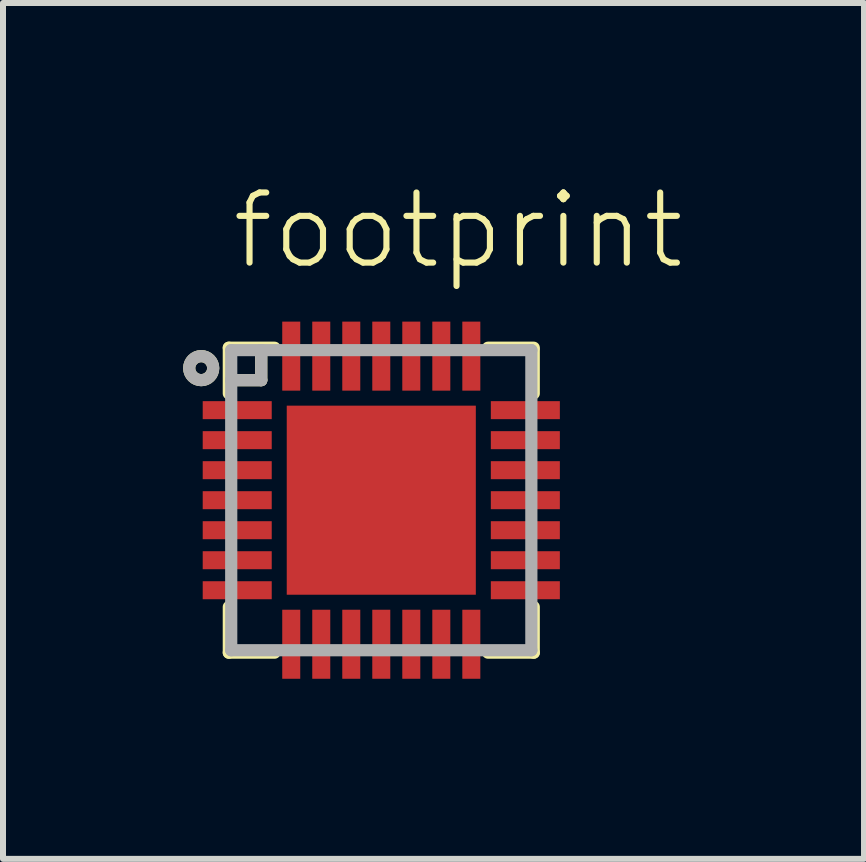
<source format=kicad_pcb>
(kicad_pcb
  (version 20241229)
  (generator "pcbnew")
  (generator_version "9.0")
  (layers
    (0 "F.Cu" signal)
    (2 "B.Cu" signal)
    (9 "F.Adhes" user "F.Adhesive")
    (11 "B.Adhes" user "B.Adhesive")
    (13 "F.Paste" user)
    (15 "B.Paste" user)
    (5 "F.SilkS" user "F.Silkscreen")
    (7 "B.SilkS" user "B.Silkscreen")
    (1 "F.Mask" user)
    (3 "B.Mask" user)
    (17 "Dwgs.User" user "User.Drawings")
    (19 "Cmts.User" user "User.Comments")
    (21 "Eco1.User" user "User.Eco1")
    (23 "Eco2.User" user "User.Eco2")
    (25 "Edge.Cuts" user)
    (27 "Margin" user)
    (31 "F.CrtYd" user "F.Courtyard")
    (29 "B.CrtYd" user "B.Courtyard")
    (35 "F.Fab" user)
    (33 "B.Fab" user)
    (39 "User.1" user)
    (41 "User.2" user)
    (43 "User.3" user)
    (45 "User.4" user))
  (footprint "footprint"
    (layer "F.Cu")
    (at 3.302 5.283)
    (property "Reference" "footprint" (at -2.54 -3.81 0) (layer "F.SilkS") (effects (font (size 1.168 1.168) (thickness 0.102)) (justify left bottom)))
    (fp_line (start -2.54 -2.54) (end -2.54 -1.778) (stroke (width 0.203) (type solid)) (layer "F.SilkS"))
    (fp_line (start -2.54 -2.54) (end -1.778 -2.54) (stroke (width 0.203) (type solid)) (layer "F.SilkS"))
    (fp_line (start -2.54 2.54) (end -2.54 1.778) (stroke (width 0.203) (type solid)) (layer "F.SilkS"))
    (fp_line (start -2.54 2.54) (end -1.778 2.54) (stroke (width 0.203) (type solid)) (layer "F.SilkS"))
    (fp_line (start -2 -2.5) (end -2 -2) (stroke (width 0.203) (type solid)) (layer "F.SilkS"))
    (fp_line (start -2 -2) (end -2.5 -2) (stroke (width 0.203) (type solid)) (layer "F.SilkS"))
    (fp_line (start 2.54 -2.54) (end 1.778 -2.54) (stroke (width 0.203) (type solid)) (layer "F.SilkS"))
    (fp_line (start 2.54 -2.5) (end 2.54 -1.778) (stroke (width 0.203) (type solid)) (layer "F.SilkS"))
    (fp_line (start 2.54 2.54) (end 1.778 2.54) (stroke (width 0.203) (type solid)) (layer "F.SilkS"))
    (fp_line (start 2.54 2.54) (end 2.54 1.778) (stroke (width 0.203) (type solid)) (layer "F.SilkS"))
    (fp_circle (center -3 -2.2) (end -2.8 -2.2) (stroke (width 0.203) (type solid)) (fill no) (layer "F.SilkS"))
    (fp_poly (pts (xy -1.016 -0.254) (xy -0.254 -0.254) (xy -0.254 -1.016) (xy -1.016 -1.016)) (stroke (width 0) (type solid)) (fill yes) (layer "F.Paste"))
    (fp_poly (pts (xy -1.016 1.016) (xy -0.254 1.016) (xy -0.254 0.254) (xy -1.016 0.254)) (stroke (width 0) (type solid)) (fill yes) (layer "F.Paste"))
    (fp_poly (pts (xy 0.254 -0.254) (xy 1.016 -0.254) (xy 1.016 -1.016) (xy 0.254 -1.016)) (stroke (width 0) (type solid)) (fill yes) (layer "F.Paste"))
    (fp_poly (pts (xy 0.254 1.016) (xy 1.016 1.016) (xy 1.016 0.254) (xy 0.254 0.254)) (stroke (width 0) (type solid)) (fill yes) (layer "F.Paste"))
    (fp_line (start -2.5 -2.5) (end -2.5 -2) (stroke (width 0.203) (type solid)) (layer "F.Fab"))
    (fp_line (start -2.5 -2) (end -2.5 2.5) (stroke (width 0.203) (type solid)) (layer "F.Fab"))
    (fp_line (start -2.5 2.5) (end 2.5 2.5) (stroke (width 0.203) (type solid)) (layer "F.Fab"))
    (fp_line (start -2 -2.5) (end -2.5 -2.5) (stroke (width 0.203) (type solid)) (layer "F.Fab"))
    (fp_line (start -2 -2.5) (end -2 -2) (stroke (width 0.203) (type solid)) (layer "F.Fab"))
    (fp_line (start -2 -2) (end -2.5 -2) (stroke (width 0.203) (type solid)) (layer "F.Fab"))
    (fp_line (start 2.5 -2.5) (end -2 -2.5) (stroke (width 0.203) (type solid)) (layer "F.Fab"))
    (fp_line (start 2.5 2.5) (end 2.5 -2.5) (stroke (width 0.203) (type solid)) (layer "F.Fab"))
    (fp_circle (center -3 -2.2) (end -2.8 -2.2) (stroke (width 0.203) (type solid)) (fill no) (layer "F.Fab"))
    (pad "P$1" smd rect (at -2.4 -1.5 90) (size 0.3 1.15) (layers "F.Cu" "F.Mask" "F.Paste"))
    (pad "P$2" smd rect (at -2.4 -1 90) (size 0.3 1.15) (layers "F.Cu" "F.Mask" "F.Paste"))
    (pad "P$3" smd rect (at -2.4 -0.5 90) (size 0.3 1.15) (layers "F.Cu" "F.Mask" "F.Paste"))
    (pad "P$4" smd rect (at -2.4 0 90) (size 0.3 1.15) (layers "F.Cu" "F.Mask" "F.Paste"))
    (pad "P$5" smd rect (at -2.4 0.5 90) (size 0.3 1.15) (layers "F.Cu" "F.Mask" "F.Paste"))
    (pad "P$6" smd rect (at -2.4 1 90) (size 0.3 1.15) (layers "F.Cu" "F.Mask" "F.Paste"))
    (pad "P$7" smd rect (at -2.4 1.5 90) (size 0.3 1.15) (layers "F.Cu" "F.Mask" "F.Paste"))
    (pad "P$8" smd rect (at -1.5 2.4 180) (size 0.3 1.15) (layers "F.Cu" "F.Mask" "F.Paste"))
    (pad "P$9" smd rect (at -1 2.4 180) (size 0.3 1.15) (layers "F.Cu" "F.Mask" "F.Paste"))
    (pad "P$10" smd rect (at -0.5 2.4 180) (size 0.3 1.15) (layers "F.Cu" "F.Mask" "F.Paste"))
    (pad "P$11" smd rect (at 0 2.4 180) (size 0.3 1.15) (layers "F.Cu" "F.Mask" "F.Paste"))
    (pad "P$12" smd rect (at 0.5 2.4 180) (size 0.3 1.15) (layers "F.Cu" "F.Mask" "F.Paste"))
    (pad "P$13" smd rect (at 1 2.4 180) (size 0.3 1.15) (layers "F.Cu" "F.Mask" "F.Paste"))
    (pad "P$14" smd rect (at 1.5 2.4 180) (size 0.3 1.15) (layers "F.Cu" "F.Mask" "F.Paste"))
    (pad "P$15" smd rect (at 2.4 1.5 270) (size 0.3 1.15) (layers "F.Cu" "F.Mask" "F.Paste"))
    (pad "P$16" smd rect (at 2.4 1 270) (size 0.3 1.15) (layers "F.Cu" "F.Mask" "F.Paste"))
    (pad "P$17" smd rect (at 2.4 0.5 270) (size 0.3 1.15) (layers "F.Cu" "F.Mask" "F.Paste"))
    (pad "P$18" smd rect (at 2.4 0 270) (size 0.3 1.15) (layers "F.Cu" "F.Mask" "F.Paste"))
    (pad "P$19" smd rect (at 2.4 -0.5 270) (size 0.3 1.15) (layers "F.Cu" "F.Mask" "F.Paste"))
    (pad "P$20" smd rect (at 2.4 -1 270) (size 0.3 1.15) (layers "F.Cu" "F.Mask" "F.Paste"))
    (pad "P$21" smd rect (at 2.4 -1.5 270) (size 0.3 1.15) (layers "F.Cu" "F.Mask" "F.Paste"))
    (pad "P$22" smd rect (at 1.5 -2.4) (size 0.3 1.15) (layers "F.Cu" "F.Mask" "F.Paste"))
    (pad "P$23" smd rect (at 1 -2.4) (size 0.3 1.15) (layers "F.Cu" "F.Mask" "F.Paste"))
    (pad "P$24" smd rect (at 0.5 -2.4) (size 0.3 1.15) (layers "F.Cu" "F.Mask" "F.Paste"))
    (pad "P$25" smd rect (at 0 -2.4) (size 0.3 1.15) (layers "F.Cu" "F.Mask" "F.Paste"))
    (pad "P$26" smd rect (at -0.5 -2.4) (size 0.3 1.15) (layers "F.Cu" "F.Mask" "F.Paste"))
    (pad "P$27" smd rect (at -1 -2.4) (size 0.3 1.15) (layers "F.Cu" "F.Mask" "F.Paste"))
    (pad "P$28" smd rect (at -1.5 -2.4) (size 0.3 1.15) (layers "F.Cu" "F.Mask" "F.Paste"))
    (pad "P$29" smd rect (at 0 0) (size 3.15 3.15) (layers "F.Cu" "F.Mask")))
  (gr_rect
    (start -3 -3)
    (end 11.344 11.258)
    (stroke (width 0.1) (type default))
    (fill no)
    (layer "Edge.Cuts")))
</source>
